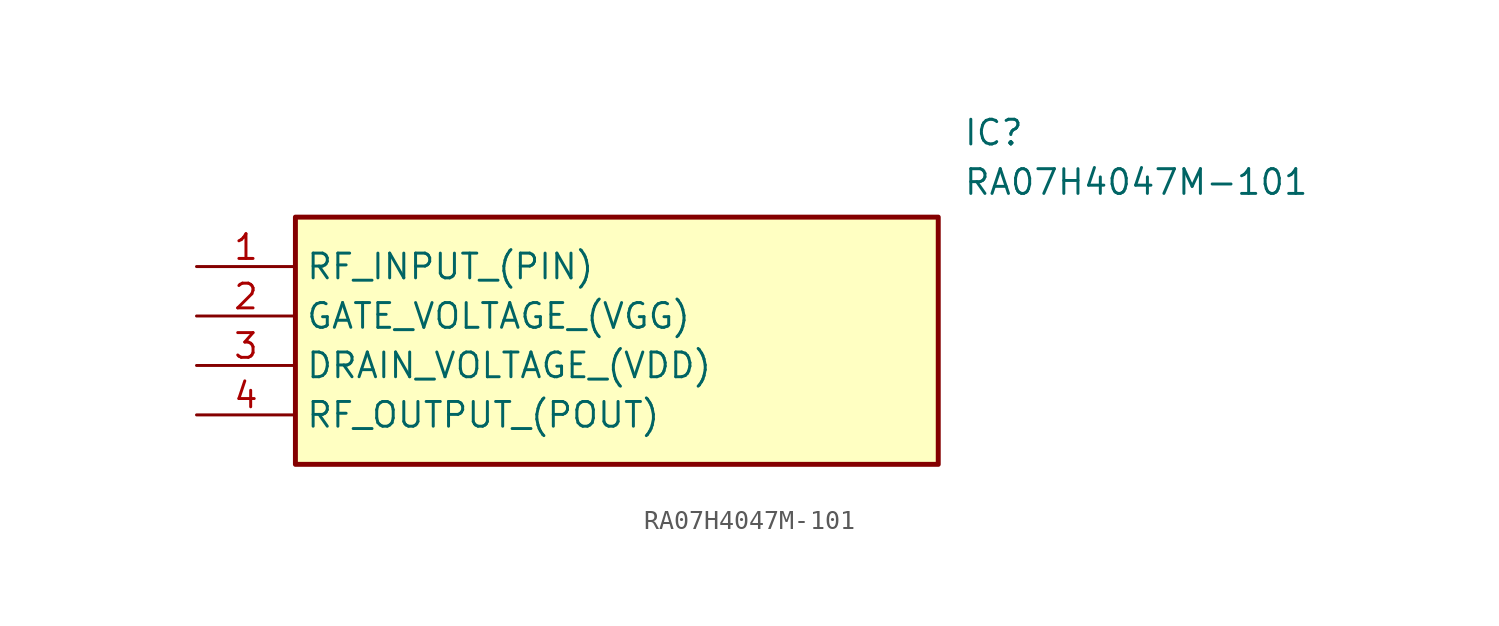
<source format=kicad_sym>
(kicad_symbol_lib
  (version 20211014)
  (generator SamacSys_ECAD_Model)
  (symbol "RA07H4047M-101"
    (property "Reference" "IC"
      (at 39.37 7.62 0)
      (effects (font (size 1.27 1.27)) (justify left top)))
    (property "Value" "RA07H4047M-101"
      (at 39.37 5.08 0)
      (effects (font (size 1.27 1.27)) (justify left top)))
    (rectangle
      (start 5.08 2.54)
      (end 38.1 -10.16)
      (stroke (width 0.254) (type default))
      (fill (type background)))
    (pin passive line
      (at 0 0 0)
      (length 5.08)
      (name "RF_INPUT_(PIN)" (effects (font (size 1.27 1.27))))
      (number "1" (effects (font (size 1.27 1.27)))))
    (pin passive line
      (at 0 -2.54 0)
      (length 5.08)
      (name "GATE_VOLTAGE_(VGG)" (effects (font (size 1.27 1.27))))
      (number "2" (effects (font (size 1.27 1.27)))))
    (pin passive line
      (at 0 -5.08 0)
      (length 5.08)
      (name "DRAIN_VOLTAGE_(VDD)" (effects (font (size 1.27 1.27))))
      (number "3" (effects (font (size 1.27 1.27)))))
    (pin passive line
      (at 0 -7.62 0)
      (length 5.08)
      (name "RF_OUTPUT_(POUT)" (effects (font (size 1.27 1.27))))
      (number "4" (effects (font (size 1.27 1.27)))))))
</source>
